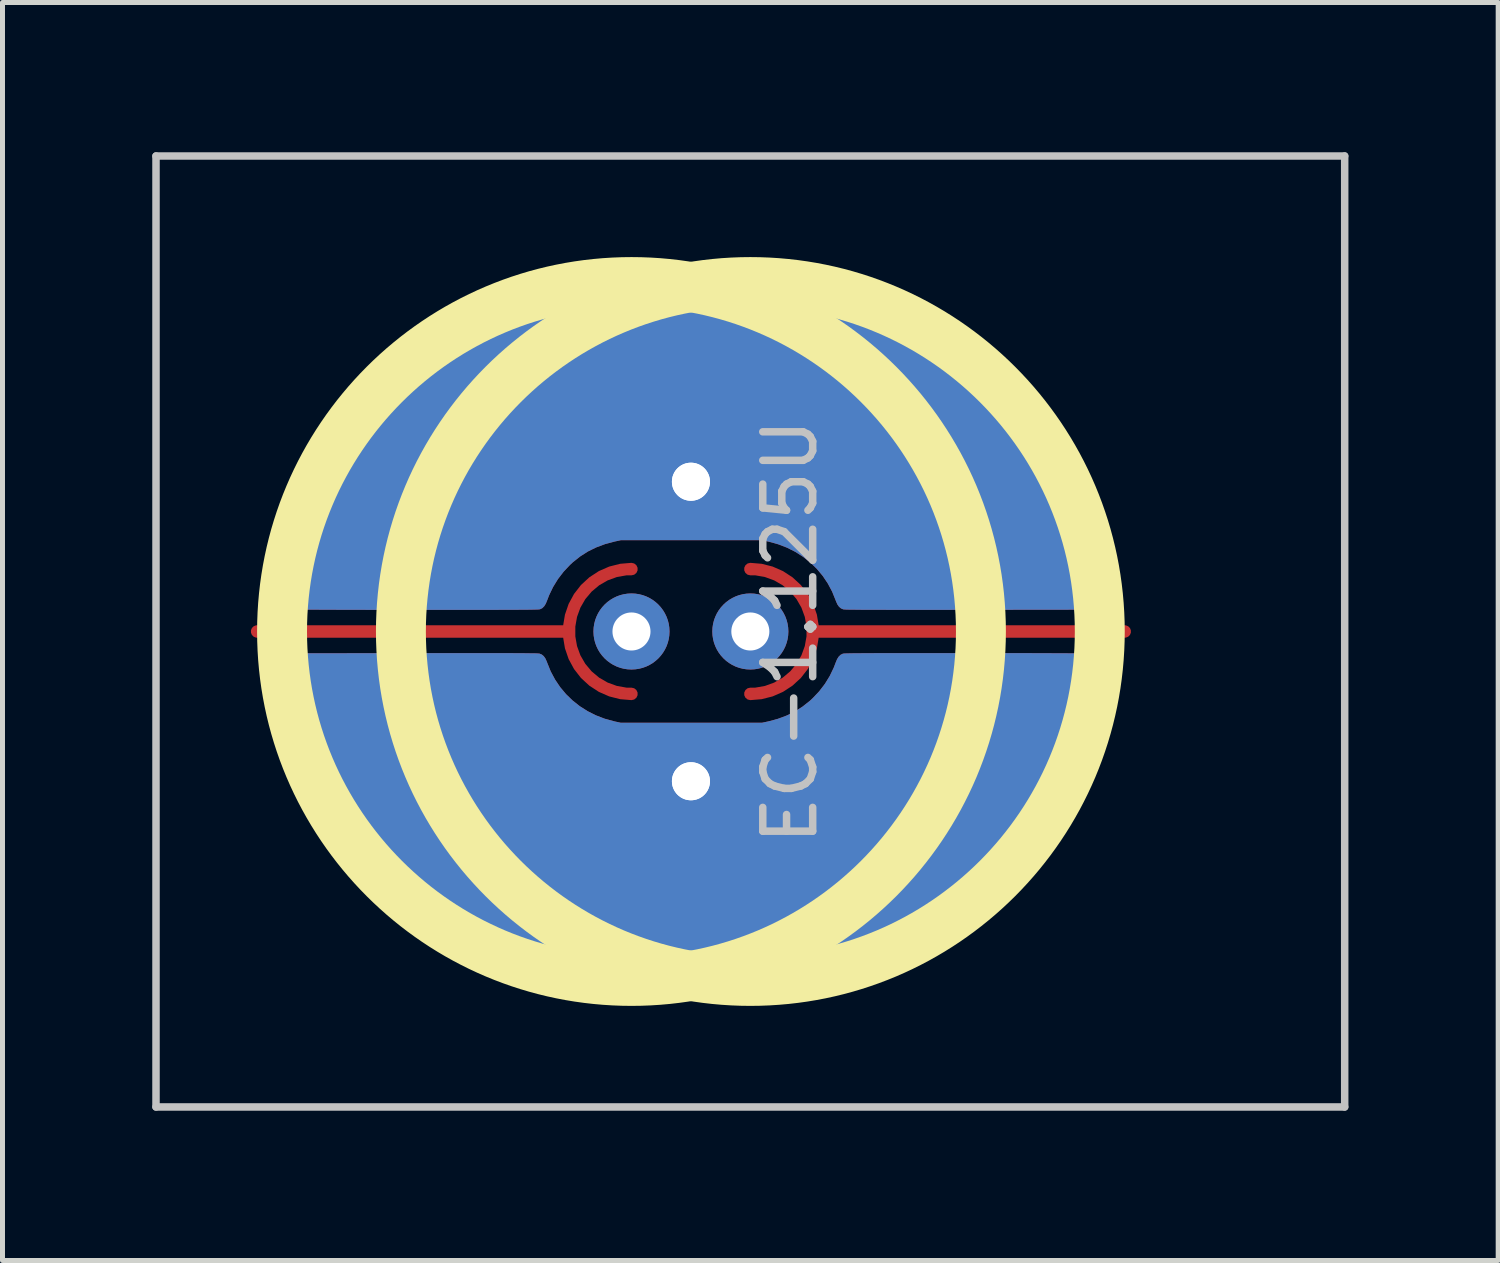
<source format=kicad_pcb>
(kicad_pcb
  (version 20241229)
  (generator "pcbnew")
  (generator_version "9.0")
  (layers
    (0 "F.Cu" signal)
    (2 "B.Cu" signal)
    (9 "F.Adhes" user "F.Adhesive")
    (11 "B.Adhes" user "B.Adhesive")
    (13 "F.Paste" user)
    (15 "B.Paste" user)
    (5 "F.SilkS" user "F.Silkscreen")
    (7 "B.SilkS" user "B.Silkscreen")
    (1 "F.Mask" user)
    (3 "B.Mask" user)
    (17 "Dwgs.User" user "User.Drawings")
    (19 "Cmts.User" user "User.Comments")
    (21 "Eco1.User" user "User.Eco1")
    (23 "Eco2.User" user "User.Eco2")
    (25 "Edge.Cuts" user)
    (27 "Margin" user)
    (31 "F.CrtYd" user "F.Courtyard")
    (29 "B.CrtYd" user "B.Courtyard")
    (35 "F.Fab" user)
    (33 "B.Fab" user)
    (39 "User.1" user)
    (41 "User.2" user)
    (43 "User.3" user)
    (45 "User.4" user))
  (footprint "EC-1.125U"
    (layer "F.Cu")
    (at 9.6 9.6)
    (property "Reference" "EC-1.125U" (at 3.175 0 90) (layer "Dwgs.User") (effects (font (size 1 1) (thickness 0.15))))
    (attr through_hole)
    (fp_circle (center 0 0) (end 7 0) (stroke (width 1) (type solid)) (fill no) (layer "F.SilkS"))
    (fp_circle (center 2.381 0) (end 9.381 0) (stroke (width 1) (type solid)) (fill no) (layer "F.SilkS"))
    (fp_line (start -9.525 -9.525) (end 14.287 -9.525) (stroke (width 0.15) (type solid)) (layer "Dwgs.User"))
    (fp_line (start -9.525 9.525) (end -9.525 -9.525) (stroke (width 0.15) (type solid)) (layer "Dwgs.User"))
    (fp_line (start 14.287 -9.525) (end 14.287 9.525) (stroke (width 0.15) (type solid)) (layer "Dwgs.User"))
    (fp_line (start 14.287 9.525) (end -9.525 9.525) (stroke (width 0.15) (type solid)) (layer "Dwgs.User"))
    (pad "" thru_hole circle (at 0 0 90) (size 1.524 1.524) (drill 0.762) (layers "*.Cu" "B.Mask"))
    (pad "" thru_hole circle (at 2.381 0 90) (size 1.524 1.524) (drill 0.762) (layers "*.Cu" "B.Mask"))
    (pad "1" thru_hole circle (at 1.191 -3 90) (size 1.524 1.524) (drill 0.762) (layers "*.Cu" "B.Mask"))
    (pad "1" thru_hole custom (at 1.191 -3) (size 1.524 1.524) (drill 0.762) (layers "F.Cu") (options (anchor circle)) (primitives (gr_poly (pts (xy 0.779 -4.041) (xy 0.917 -4.04) (xy 1.042 -4.039) (xy 1.154 -4.038) (xy 1.256 -4.037) (xy 1.347 -4.036) (xy 1.43 -4.034) (xy 1.505 -4.031) (xy 1.574 -4.029) (xy 1.636 -4.026) (xy 1.695 -4.022) (xy 1.75 -4.018) (xy 1.803 -4.014) (xy 1.856 -4.009) (xy 1.881 -4.006) (xy 2.257 -3.958) (xy 2.627 -3.891) (xy 2.992 -3.805) (xy 3.349 -3.701) (xy 3.7 -3.577) (xy 4.044 -3.436) (xy 4.379 -3.275) (xy 4.707 -3.097) (xy 5.026 -2.901) (xy 5.051 -2.885) (xy 5.352 -2.674) (xy 5.642 -2.448) (xy 5.92 -2.207) (xy 6.185 -1.951) (xy 6.436 -1.683) (xy 6.673 -1.402) (xy 6.894 -1.109) (xy 7.1 -0.805) (xy 7.288 -0.492) (xy 7.41 -0.266) (xy 7.575 0.075) (xy 7.721 0.42) (xy 7.847 0.771) (xy 7.954 1.127) (xy 8.042 1.488) (xy 8.111 1.856) (xy 8.156 2.186) (xy 8.162 2.246) (xy 8.167 2.301) (xy 8.17 2.348) (xy 8.171 2.381) (xy 8.17 2.397) (xy 8.151 2.451) (xy 8.117 2.498) (xy 8.075 2.533) (xy 8.074 2.533) (xy 8.031 2.558) (xy 5.564 2.561) (xy 5.288 2.561) (xy 5.032 2.562) (xy 4.794 2.562) (xy 4.575 2.562) (xy 4.374 2.562) (xy 4.189 2.562) (xy 4.021 2.562) (xy 3.868 2.561) (xy 3.731 2.561) (xy 3.609 2.561) (xy 3.5 2.56) (xy 3.405 2.56) (xy 3.322 2.559) (xy 3.252 2.558) (xy 3.193 2.558) (xy 3.146 2.557) (xy 3.108 2.556) (xy 3.081 2.554) (xy 3.063 2.553) (xy 3.053 2.552) (xy 3.052 2.552) (xy 3.008 2.533) (xy 2.971 2.502) (xy 2.939 2.457) (xy 2.911 2.395) (xy 2.903 2.373) (xy 2.832 2.198) (xy 2.745 2.035) (xy 2.642 1.882) (xy 2.524 1.741) (xy 2.393 1.614) (xy 2.248 1.5) (xy 2.092 1.4) (xy 1.925 1.316) (xy 1.748 1.248) (xy 1.562 1.197) (xy 1.551 1.194) (xy 1.425 1.167) (xy -1.407 1.167) (xy -1.532 1.194) (xy -1.722 1.245) (xy -1.899 1.311) (xy -2.066 1.393) (xy -2.222 1.493) (xy -2.368 1.609) (xy -2.426 1.663) (xy -2.555 1.8) (xy -2.669 1.949) (xy -2.767 2.109) (xy -2.847 2.276) (xy -2.884 2.373) (xy -2.912 2.441) (xy -2.943 2.491) (xy -2.979 2.527) (xy -3.022 2.549) (xy -3.029 2.551) (xy -3.038 2.552) (xy -3.055 2.554) (xy -3.081 2.555) (xy -3.116 2.556) (xy -3.162 2.557) (xy -3.218 2.558) (xy -3.285 2.559) (xy -3.365 2.559) (xy -3.457 2.56) (xy -3.562 2.56) (xy -3.681 2.561) (xy -3.815 2.561) (xy -3.963 2.562) (xy -4.127 2.562) (xy -4.307 2.562) (xy -4.504 2.562) (xy -4.719 2.562) (xy -4.952 2.562) (xy -5.203 2.562) (xy -5.474 2.562) (xy -5.526 2.562) (xy -5.747 2.562) (xy -5.962 2.562) (xy -6.172 2.562) (xy -6.375 2.562) (xy -6.57 2.561) (xy -6.756 2.561) (xy -6.933 2.56) (xy -7.1 2.56) (xy -7.255 2.559) (xy -7.399 2.559) (xy -7.529 2.558) (xy -7.646 2.558) (xy -7.748 2.557) (xy -7.835 2.556) (xy -7.905 2.556) (xy -7.958 2.555) (xy -7.993 2.554) (xy -8.009 2.553) (xy -8.009 2.553) (xy -8.066 2.527) (xy -8.111 2.486) (xy -8.127 2.461) (xy -8.138 2.438) (xy -8.146 2.411) (xy -8.15 2.377) (xy -8.15 2.334) (xy -8.147 2.28) (xy -8.141 2.212) (xy -8.131 2.128) (xy -8.127 2.098) (xy -8.069 1.724) (xy -7.993 1.355) (xy -7.897 0.994) (xy -7.783 0.638) (xy -7.65 0.291) (xy -7.5 -0.049) (xy -7.331 -0.381) (xy -7.144 -0.704) (xy -6.983 -0.954) (xy -6.767 -1.257) (xy -6.536 -1.547) (xy -6.291 -1.823) (xy -6.033 -2.084) (xy -5.762 -2.332) (xy -5.479 -2.564) (xy -5.185 -2.78) (xy -4.88 -2.981) (xy -4.565 -3.166) (xy -4.241 -3.334) (xy -3.907 -3.486) (xy -3.566 -3.62) (xy -3.216 -3.736) (xy -2.86 -3.834) (xy -2.498 -3.913) (xy -2.129 -3.974) (xy -2.111 -3.976) (xy -2.052 -3.984) (xy -1.998 -3.991) (xy -1.948 -3.998) (xy -1.899 -4.004) (xy -1.851 -4.009) (xy -1.803 -4.013) (xy -1.754 -4.017) (xy -1.702 -4.021) (xy -1.646 -4.024) (xy -1.584 -4.027) (xy -1.517 -4.029) (xy -1.441 -4.031) (xy -1.357 -4.033) (xy -1.264 -4.034) (xy -1.158 -4.035) (xy -1.041 -4.036) (xy -0.91 -4.037) (xy -0.764 -4.038) (xy -0.603 -4.038) (xy -0.424 -4.039) (xy -0.226 -4.039) (xy -0.151 -4.04) (xy 0.071 -4.04) (xy 0.273 -4.041) (xy 0.458 -4.041) (xy 0.626 -4.041) (xy 0.779 -4.041)) (width 0.01) (fill yes))))
    (pad "2" thru_hole circle (at 1.191 3 90) (size 1.524 1.524) (drill 0.762) (layers "*.Cu" "B.Mask"))
    (pad "2" thru_hole custom (at 1.191 3) (size 1.524 1.524) (drill 0.762) (layers "F.Cu") (options (anchor circle)) (primitives (gr_poly (pts (xy -0.76 4.041) (xy -0.898 4.04) (xy -1.023 4.039) (xy -1.136 4.038) (xy -1.237 4.037) (xy -1.329 4.036) (xy -1.411 4.034) (xy -1.486 4.031) (xy -1.555 4.029) (xy -1.618 4.026) (xy -1.676 4.022) (xy -1.732 4.018) (xy -1.785 4.014) (xy -1.837 4.009) (xy -1.862 4.006) (xy -2.238 3.958) (xy -2.609 3.891) (xy -2.973 3.805) (xy -3.331 3.701) (xy -3.681 3.577) (xy -4.025 3.436) (xy -4.361 3.275) (xy -4.688 3.097) (xy -5.007 2.901) (xy -5.032 2.885) (xy -5.333 2.674) (xy -5.623 2.448) (xy -5.901 2.207) (xy -6.166 1.951) (xy -6.417 1.683) (xy -6.654 1.402) (xy -6.876 1.109) (xy -7.081 0.805) (xy -7.269 0.492) (xy -7.392 0.266) (xy -7.557 -0.075) (xy -7.702 -0.42) (xy -7.828 -0.771) (xy -7.935 -1.127) (xy -8.023 -1.488) (xy -8.092 -1.856) (xy -8.137 -2.186) (xy -8.144 -2.246) (xy -8.148 -2.301) (xy -8.151 -2.348) (xy -8.152 -2.381) (xy -8.152 -2.397) (xy -8.132 -2.451) (xy -8.098 -2.498) (xy -8.056 -2.533) (xy -8.055 -2.533) (xy -8.012 -2.558) (xy -5.545 -2.561) (xy -5.269 -2.561) (xy -5.013 -2.562) (xy -4.776 -2.562) (xy -4.556 -2.562) (xy -4.355 -2.562) (xy -4.17 -2.562) (xy -4.002 -2.562) (xy -3.85 -2.561) (xy -3.712 -2.561) (xy -3.59 -2.561) (xy -3.481 -2.56) (xy -3.386 -2.56) (xy -3.304 -2.559) (xy -3.233 -2.558) (xy -3.175 -2.558) (xy -3.127 -2.557) (xy -3.09 -2.556) (xy -3.062 -2.554) (xy -3.044 -2.553) (xy -3.034 -2.552) (xy -3.034 -2.552) (xy -2.989 -2.533) (xy -2.952 -2.502) (xy -2.92 -2.457) (xy -2.892 -2.395) (xy -2.884 -2.373) (xy -2.813 -2.198) (xy -2.726 -2.035) (xy -2.623 -1.882) (xy -2.505 -1.741) (xy -2.374 -1.614) (xy -2.23 -1.5) (xy -2.073 -1.4) (xy -1.906 -1.316) (xy -1.729 -1.248) (xy -1.543 -1.197) (xy -1.532 -1.194) (xy -1.407 -1.167) (xy 1.425 -1.167) (xy 1.551 -1.194) (xy 1.741 -1.245) (xy 1.918 -1.311) (xy 2.085 -1.393) (xy 2.241 -1.493) (xy 2.387 -1.609) (xy 2.445 -1.663) (xy 2.574 -1.8) (xy 2.688 -1.949) (xy 2.786 -2.109) (xy 2.866 -2.276) (xy 2.903 -2.373) (xy 2.931 -2.441) (xy 2.962 -2.491) (xy 2.998 -2.527) (xy 3.041 -2.549) (xy 3.048 -2.551) (xy 3.057 -2.552) (xy 3.074 -2.554) (xy 3.1 -2.555) (xy 3.135 -2.556) (xy 3.18 -2.557) (xy 3.237 -2.558) (xy 3.304 -2.559) (xy 3.384 -2.559) (xy 3.476 -2.56) (xy 3.581 -2.56) (xy 3.7 -2.561) (xy 3.833 -2.561) (xy 3.982 -2.562) (xy 4.146 -2.562) (xy 4.326 -2.562) (xy 4.523 -2.562) (xy 4.738 -2.562) (xy 4.97 -2.562) (xy 5.222 -2.562) (xy 5.492 -2.562) (xy 5.545 -2.562) (xy 5.766 -2.562) (xy 5.981 -2.562) (xy 6.191 -2.562) (xy 6.393 -2.562) (xy 6.588 -2.561) (xy 6.775 -2.561) (xy 6.952 -2.56) (xy 7.119 -2.56) (xy 7.274 -2.559) (xy 7.418 -2.559) (xy 7.548 -2.558) (xy 7.665 -2.558) (xy 7.767 -2.557) (xy 7.854 -2.556) (xy 7.924 -2.556) (xy 7.977 -2.555) (xy 8.011 -2.554) (xy 8.027 -2.553) (xy 8.028 -2.553) (xy 8.084 -2.527) (xy 8.13 -2.486) (xy 8.146 -2.461) (xy 8.157 -2.438) (xy 8.165 -2.411) (xy 8.169 -2.377) (xy 8.169 -2.334) (xy 8.166 -2.28) (xy 8.16 -2.212) (xy 8.15 -2.128) (xy 8.146 -2.098) (xy 8.088 -1.724) (xy 8.011 -1.355) (xy 7.916 -0.994) (xy 7.802 -0.638) (xy 7.669 -0.291) (xy 7.518 0.049) (xy 7.349 0.381) (xy 7.162 0.704) (xy 7.002 0.954) (xy 6.785 1.257) (xy 6.555 1.547) (xy 6.31 1.823) (xy 6.052 2.084) (xy 5.781 2.332) (xy 5.498 2.564) (xy 5.204 2.78) (xy 4.899 2.981) (xy 4.584 3.166) (xy 4.26 3.334) (xy 3.926 3.486) (xy 3.584 3.62) (xy 3.235 3.736) (xy 2.879 3.834) (xy 2.516 3.913) (xy 2.148 3.974) (xy 2.129 3.976) (xy 2.071 3.984) (xy 2.017 3.991) (xy 1.966 3.998) (xy 1.918 4.004) (xy 1.87 4.009) (xy 1.822 4.013) (xy 1.773 4.017) (xy 1.72 4.021) (xy 1.664 4.024) (xy 1.603 4.027) (xy 1.535 4.029) (xy 1.46 4.031) (xy 1.376 4.033) (xy 1.282 4.034) (xy 1.177 4.035) (xy 1.06 4.036) (xy 0.929 4.037) (xy 0.783 4.038) (xy 0.621 4.038) (xy 0.442 4.039) (xy 0.245 4.039) (xy 0.17 4.04) (xy -0.052 4.04) (xy -0.255 4.041) (xy -0.439 4.041) (xy -0.607 4.041) (xy -0.76 4.041)) (width 0.01) (fill yes))))
    (pad "3" smd custom (at -7.5 0 90) (size 0.25 0.25) (layers "F.Cu") (options (anchor circle)) (primitives (gr_line (start 0 6.25) (end 0 0) (width 0.25)) (gr_arc (start -1.25 7.5) (mid 0 6.25) (end 1.25 7.5) (width 0.25))))
    (pad "3" smd custom (at 9.881 0 270) (size 0.25 0.25) (layers "F.Cu") (options (anchor circle)) (primitives (gr_line (start 0 6.25) (end 0 0) (width 0.25)) (gr_arc (start -1.25 7.5) (mid 0 6.25) (end 1.25 7.5) (width 0.25)))))
  (gr_rect
    (start -3 -3)
    (end 26.962 22.2)
    (stroke (width 0.1) (type default))
    (fill no)
    (layer "Edge.Cuts")))
</source>
